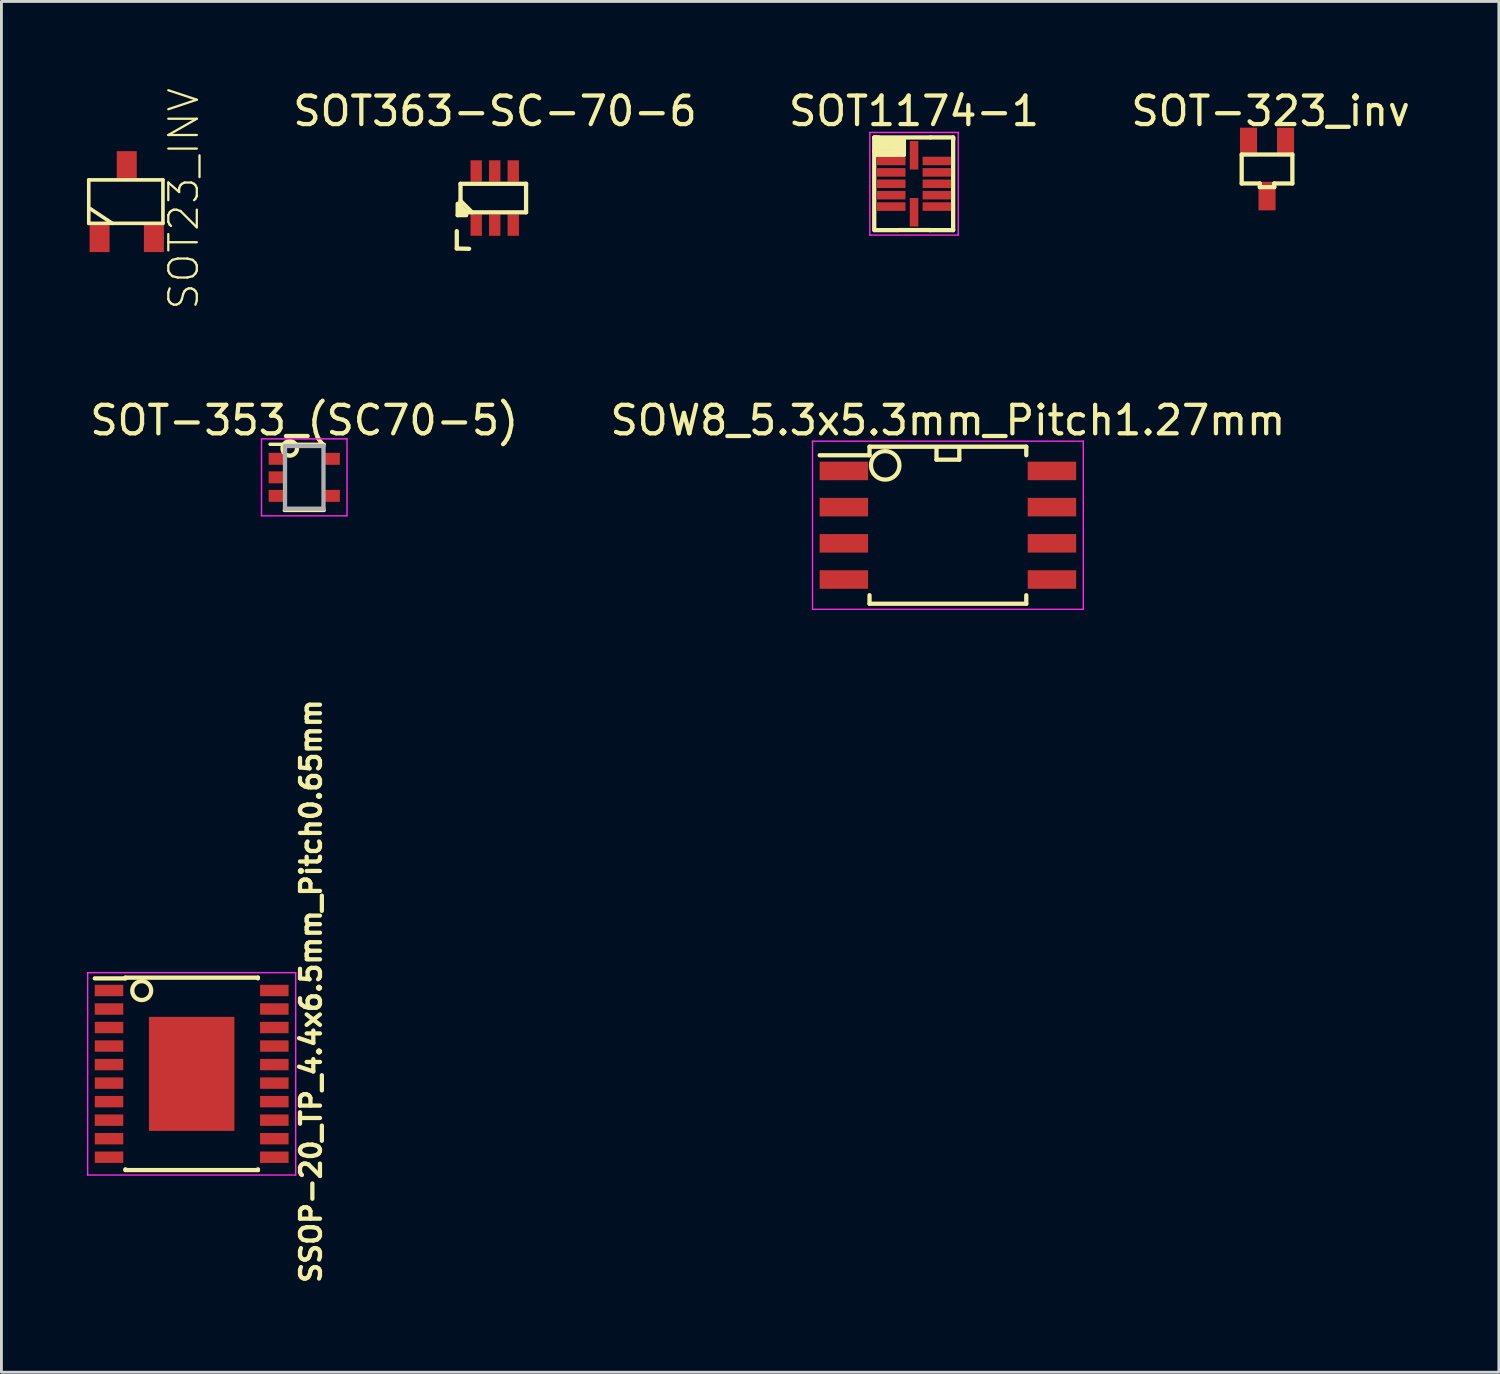
<source format=kicad_pcb>
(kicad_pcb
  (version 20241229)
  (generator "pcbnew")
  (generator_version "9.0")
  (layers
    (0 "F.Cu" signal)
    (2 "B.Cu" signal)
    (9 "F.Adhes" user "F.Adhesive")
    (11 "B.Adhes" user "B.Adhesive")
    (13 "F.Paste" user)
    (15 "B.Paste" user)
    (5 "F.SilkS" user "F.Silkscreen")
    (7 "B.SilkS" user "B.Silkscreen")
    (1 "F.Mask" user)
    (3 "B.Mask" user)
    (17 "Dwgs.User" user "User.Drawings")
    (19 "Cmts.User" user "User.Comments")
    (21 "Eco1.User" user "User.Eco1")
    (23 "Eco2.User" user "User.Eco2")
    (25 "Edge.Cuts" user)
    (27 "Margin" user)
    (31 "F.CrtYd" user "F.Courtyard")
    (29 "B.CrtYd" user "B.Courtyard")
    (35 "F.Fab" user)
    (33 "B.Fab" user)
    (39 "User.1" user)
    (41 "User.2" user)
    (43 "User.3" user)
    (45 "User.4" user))
  (footprint "SOT-353_(SC70-5)"
    (layer "F.Cu")
    (at 7.625 13.698)
    (property "Reference" "SOT-353_(SC70-5)" (at 0 -2 0) (layer "F.SilkS") (effects (font (size 1 1) (thickness 0.15))))
    (attr smd)
    (fp_line (start -0.7 1.16) (end 0.7 1.16) (stroke (width 0.12) (type solid)) (layer "F.SilkS"))
    (fp_line (start 0.7 -1.16) (end -1.2 -1.16) (stroke (width 0.12) (type solid)) (layer "F.SilkS"))
    (fp_circle (center -0.508 -1.016) (end -0.508 -0.762) (stroke (width 0.15) (type solid)) (fill no) (layer "F.SilkS"))
    (fp_line (start -1.5 -1.35) (end -1.5 1.35) (stroke (width 0.05) (type solid)) (layer "F.CrtYd"))
    (fp_line (start -1.5 -1.35) (end 1.5 -1.35) (stroke (width 0.05) (type solid)) (layer "F.CrtYd"))
    (fp_line (start -1.5 1.35) (end 1.5 1.35) (stroke (width 0.05) (type solid)) (layer "F.CrtYd"))
    (fp_line (start 1.5 1.35) (end 1.5 -1.35) (stroke (width 0.05) (type solid)) (layer "F.CrtYd"))
    (fp_line (start -0.675 -1.1) (end -0.675 1.1) (stroke (width 0.15) (type solid)) (layer "F.Fab"))
    (fp_line (start 0.675 -1.1) (end -0.675 -1.1) (stroke (width 0.15) (type solid)) (layer "F.Fab"))
    (fp_line (start 0.675 -1.1) (end 0.675 1.1) (stroke (width 0.15) (type solid)) (layer "F.Fab"))
    (fp_line (start 0.675 1.1) (end -0.675 1.1) (stroke (width 0.15) (type solid)) (layer "F.Fab"))
    (pad "1" smd rect (at -0.95 -0.65) (size 0.6 0.42) (layers "F.Cu" "F.Mask" "F.Paste"))
    (pad "2" smd rect (at -0.95 0) (size 0.6 0.42) (layers "F.Cu" "F.Mask" "F.Paste"))
    (pad "3" smd rect (at -0.95 0.65) (size 0.6 0.42) (layers "F.Cu" "F.Mask" "F.Paste"))
    (pad "4" smd rect (at 0.95 0.65) (size 0.6 0.42) (layers "F.Cu" "F.Mask" "F.Paste"))
    (pad "5" smd rect (at 0.95 -0.65) (size 0.6 0.42) (layers "F.Cu" "F.Mask" "F.Paste")))
  (footprint "SOT23_INV"
    (placed yes)
    (layer "F.Cu")
    (at 1.397 4.024)
    (property "Reference" "SOT23_INV" (at 1.999 -0.099 90) (layer "F.SilkS") (effects (font (size 1 1) (thickness 0.08))))
    (attr smd)
    (fp_line (start -1.333 -0.762) (end 1.27 -0.762) (stroke (width 0.127) (type solid)) (layer "F.SilkS"))
    (fp_line (start -1.333 0.762) (end -1.333 -0.762) (stroke (width 0.127) (type solid)) (layer "F.SilkS"))
    (fp_line (start -0.508 0.762) (end -1.27 0.254) (stroke (width 0.127) (type solid)) (layer "F.SilkS"))
    (fp_line (start 1.27 -0.762) (end 1.27 0.762) (stroke (width 0.127) (type solid)) (layer "F.SilkS"))
    (fp_line (start 1.27 0.762) (end -1.333 0.762) (stroke (width 0.127) (type solid)) (layer "F.SilkS"))
    (pad "1" smd rect (at 0.953 1.27) (size 0.701 1.001) (layers "F.Cu" "F.Mask" "F.Paste"))
    (pad "2" smd rect (at -0.953 1.27) (size 0.701 1.001) (layers "F.Cu" "F.Mask" "F.Paste"))
    (pad "3" smd rect (at 0 -1.27) (size 0.701 1.001) (layers "F.Cu" "F.Mask" "F.Paste")))
  (footprint "SOT363-SC-70-6"
    (layer "F.Cu")
    (at 14.308 3.899)
    (property "Reference" "SOT363-SC-70-6" (at 0.01 -3.051 0) (layer "F.SilkS") (effects (font (size 1 1) (thickness 0.15))))
    (attr smd)
    (fp_line (start -1.331 1.161) (end -1.331 1.77) (stroke (width 0.15) (type solid)) (layer "F.SilkS"))
    (fp_line (start -1.331 1.77) (end -0.899 1.781) (stroke (width 0.15) (type solid)) (layer "F.SilkS"))
    (fp_line (start -1.3 0.2) (end -1.3 0.6) (stroke (width 0.15) (type solid)) (layer "F.SilkS"))
    (fp_line (start -1.3 0.6) (end -1 0.6) (stroke (width 0.15) (type solid)) (layer "F.SilkS"))
    (fp_line (start -1.2 -0.5) (end 1.1 -0.5) (stroke (width 0.15) (type solid)) (layer "F.SilkS"))
    (fp_line (start -1.2 0.1) (end -0.8 0.5) (stroke (width 0.15) (type solid)) (layer "F.SilkS"))
    (fp_line (start -1.2 0.3) (end -1 0.5) (stroke (width 0.15) (type solid)) (layer "F.SilkS"))
    (fp_line (start -1.2 0.5) (end -1.2 -0.5) (stroke (width 0.15) (type solid)) (layer "F.SilkS"))
    (fp_line (start 1.1 -0.5) (end 1.1 0.5) (stroke (width 0.15) (type solid)) (layer "F.SilkS"))
    (fp_line (start 1.1 0.5) (end -1.2 0.5) (stroke (width 0.15) (type solid)) (layer "F.SilkS"))
    (pad "1" smd rect (at -0.65 0.95) (size 0.399 0.749) (layers "F.Cu" "F.Mask" "F.Paste"))
    (pad "2" smd rect (at 0 0.95) (size 0.399 0.749) (layers "F.Cu" "F.Mask" "F.Paste"))
    (pad "3" smd rect (at 0.65 0.95) (size 0.399 0.749) (layers "F.Cu" "F.Mask" "F.Paste"))
    (pad "4" smd rect (at 0.65 -0.95) (size 0.399 0.749) (layers "F.Cu" "F.Mask" "F.Paste"))
    (pad "5" smd rect (at 0 -0.95) (size 0.399 0.749) (layers "F.Cu" "F.Mask" "F.Paste"))
    (pad "6" smd rect (at -0.65 -0.95) (size 0.399 0.749) (layers "F.Cu" "F.Mask" "F.Paste")))
  (footprint "SSOP-20_TP_4.4x6.5mm_Pitch0.65mm"
    (layer "F.Cu")
    (at 3.675 34.627)
    (property "Reference" "SSOP-20_TP_4.4x6.5mm_Pitch0.65mm" (at 4.185 -2.902 90) (layer "F.SilkS") (effects (font (size 0.7 0.7) (thickness 0.15))))
    (attr smd)
    (fp_line (start -2.325 -3.375) (end -2.325 -3.35) (stroke (width 0.15) (type solid)) (layer "F.SilkS"))
    (fp_line (start -2.325 -3.375) (end 2.325 -3.375) (stroke (width 0.15) (type solid)) (layer "F.SilkS"))
    (fp_line (start -2.325 -3.35) (end -3.4 -3.35) (stroke (width 0.15) (type solid)) (layer "F.SilkS"))
    (fp_line (start -2.325 3.375) (end -2.325 3.35) (stroke (width 0.15) (type solid)) (layer "F.SilkS"))
    (fp_line (start -2.325 3.375) (end 2.325 3.375) (stroke (width 0.15) (type solid)) (layer "F.SilkS"))
    (fp_line (start 2.325 -3.375) (end 2.325 -3.35) (stroke (width 0.15) (type solid)) (layer "F.SilkS"))
    (fp_line (start 2.325 3.375) (end 2.325 3.35) (stroke (width 0.15) (type solid)) (layer "F.SilkS"))
    (fp_circle (center -1.753 -2.921) (end -1.473 -2.743) (stroke (width 0.15) (type solid)) (fill no) (layer "F.SilkS"))
    (fp_line (start -3.65 -3.55) (end -3.65 3.55) (stroke (width 0.05) (type solid)) (layer "F.CrtYd"))
    (fp_line (start -3.65 -3.55) (end 3.65 -3.55) (stroke (width 0.05) (type solid)) (layer "F.CrtYd"))
    (fp_line (start -3.65 3.55) (end 3.65 3.55) (stroke (width 0.05) (type solid)) (layer "F.CrtYd"))
    (fp_line (start 3.65 -3.55) (end 3.65 3.55) (stroke (width 0.05) (type solid)) (layer "F.CrtYd"))
    (pad "1" smd rect (at -2.9 -2.925) (size 1 0.4) (layers "F.Cu" "F.Mask" "F.Paste"))
    (pad "2" smd rect (at -2.9 -2.275) (size 1 0.4) (layers "F.Cu" "F.Mask" "F.Paste"))
    (pad "3" smd rect (at -2.9 -1.625) (size 1 0.4) (layers "F.Cu" "F.Mask" "F.Paste"))
    (pad "4" smd rect (at -2.9 -0.975) (size 1 0.4) (layers "F.Cu" "F.Mask" "F.Paste"))
    (pad "5" smd rect (at -2.9 -0.325) (size 1 0.4) (layers "F.Cu" "F.Mask" "F.Paste"))
    (pad "6" smd rect (at -2.9 0.325) (size 1 0.4) (layers "F.Cu" "F.Mask" "F.Paste"))
    (pad "7" smd rect (at -2.9 0.975) (size 1 0.4) (layers "F.Cu" "F.Mask" "F.Paste"))
    (pad "8" smd rect (at -2.9 1.625) (size 1 0.4) (layers "F.Cu" "F.Mask" "F.Paste"))
    (pad "9" smd rect (at -2.9 2.275) (size 1 0.4) (layers "F.Cu" "F.Mask" "F.Paste"))
    (pad "10" smd rect (at -2.9 2.925) (size 1 0.4) (layers "F.Cu" "F.Mask" "F.Paste"))
    (pad "11" smd rect (at 2.9 2.925) (size 1 0.4) (layers "F.Cu" "F.Mask" "F.Paste"))
    (pad "12" smd rect (at 2.9 2.275) (size 1 0.4) (layers "F.Cu" "F.Mask" "F.Paste"))
    (pad "13" smd rect (at 2.9 1.625) (size 1 0.4) (layers "F.Cu" "F.Mask" "F.Paste"))
    (pad "14" smd rect (at 2.9 0.975) (size 1 0.4) (layers "F.Cu" "F.Mask" "F.Paste"))
    (pad "15" smd rect (at 2.9 0.325) (size 1 0.4) (layers "F.Cu" "F.Mask" "F.Paste"))
    (pad "16" smd rect (at 2.9 -0.325) (size 1 0.4) (layers "F.Cu" "F.Mask" "F.Paste"))
    (pad "17" smd rect (at 2.9 -0.975) (size 1 0.4) (layers "F.Cu" "F.Mask" "F.Paste"))
    (pad "18" smd rect (at 2.9 -1.625) (size 1 0.4) (layers "F.Cu" "F.Mask" "F.Paste"))
    (pad "19" smd rect (at 2.9 -2.275) (size 1 0.4) (layers "F.Cu" "F.Mask" "F.Paste"))
    (pad "20" smd rect (at 2.9 -2.925) (size 1 0.4) (layers "F.Cu" "F.Mask" "F.Paste"))
    (pad "21" smd rect (at 0 0) (size 3 4) (layers "F.Cu" "F.Mask" "F.Paste")))
  (footprint "SOT-323_inv"
    (layer "F.Cu")
    (at 41.405 2.88)
    (property "Reference" "SOT-323_inv" (at 0.127 -2.032 0) (layer "F.SilkS") (effects (font (size 1 1) (thickness 0.15))))
    (attr smd)
    (fp_line (start -0.889 -0.508) (end -0.889 0.508) (stroke (width 0.15) (type solid)) (layer "F.SilkS"))
    (fp_line (start -0.889 0.508) (end -0.254 0.508) (stroke (width 0.15) (type solid)) (layer "F.SilkS"))
    (fp_line (start -0.254 0.508) (end -0.254 0.635) (stroke (width 0.15) (type solid)) (layer "F.SilkS"))
    (fp_line (start -0.254 0.635) (end 0.254 0.635) (stroke (width 0.15) (type solid)) (layer "F.SilkS"))
    (fp_line (start 0.254 0.508) (end 0.889 0.508) (stroke (width 0.15) (type solid)) (layer "F.SilkS"))
    (fp_line (start 0.254 0.635) (end 0.254 0.508) (stroke (width 0.15) (type solid)) (layer "F.SilkS"))
    (fp_line (start 0.889 -0.508) (end -0.889 -0.508) (stroke (width 0.15) (type solid)) (layer "F.SilkS"))
    (fp_line (start 0.889 0.508) (end 0.889 -0.508) (stroke (width 0.15) (type solid)) (layer "F.SilkS"))
    (pad "1" smd rect (at -0.65 -0.95) (size 0.599 1.001) (layers "F.Cu" "F.Mask" "F.Paste"))
    (pad "2" smd rect (at 0.65 -0.95) (size 0.599 1.001) (layers "F.Cu" "F.Mask" "F.Paste"))
    (pad "3" smd rect (at 0 0.95) (size 0.599 1.001) (layers "F.Cu" "F.Mask" "F.Paste")))
  (footprint "SOW8_5.3x5.3mm_Pitch1.27mm"
    (layer "F.Cu")
    (at 30.208 15.378)
    (property "Reference" "SOW8_5.3x5.3mm_Pitch1.27mm" (at 0 -3.68 0) (layer "F.SilkS") (effects (font (size 1 1) (thickness 0.15))))
    (attr smd)
    (fp_line (start -2.75 -2.755) (end -2.75 -2.455) (stroke (width 0.15) (type solid)) (layer "F.SilkS"))
    (fp_line (start -2.75 -2.755) (end 2.75 -2.755) (stroke (width 0.15) (type solid)) (layer "F.SilkS"))
    (fp_line (start -2.75 -2.455) (end -4.5 -2.455) (stroke (width 0.15) (type solid)) (layer "F.SilkS"))
    (fp_line (start -2.75 2.755) (end -2.75 2.455) (stroke (width 0.15) (type solid)) (layer "F.SilkS"))
    (fp_line (start -2.75 2.755) (end 2.75 2.755) (stroke (width 0.15) (type solid)) (layer "F.SilkS"))
    (fp_line (start -0.4 -2.7) (end -0.4 -2.3) (stroke (width 0.15) (type solid)) (layer "F.SilkS"))
    (fp_line (start -0.4 -2.3) (end 0.4 -2.3) (stroke (width 0.15) (type solid)) (layer "F.SilkS"))
    (fp_line (start 0.4 -2.3) (end 0.4 -2.7) (stroke (width 0.15) (type solid)) (layer "F.SilkS"))
    (fp_line (start 2.75 -2.755) (end 2.75 -2.455) (stroke (width 0.15) (type solid)) (layer "F.SilkS"))
    (fp_line (start 2.75 2.755) (end 2.75 2.455) (stroke (width 0.15) (type solid)) (layer "F.SilkS"))
    (fp_circle (center -2.2 -2.1) (end -1.8 -1.8) (stroke (width 0.15) (type solid)) (fill no) (layer "F.SilkS"))
    (fp_line (start -4.75 -2.95) (end -4.75 2.95) (stroke (width 0.05) (type solid)) (layer "F.CrtYd"))
    (fp_line (start -4.75 -2.95) (end 4.75 -2.95) (stroke (width 0.05) (type solid)) (layer "F.CrtYd"))
    (fp_line (start -4.75 2.95) (end 4.75 2.95) (stroke (width 0.05) (type solid)) (layer "F.CrtYd"))
    (fp_line (start 4.75 -2.95) (end 4.75 2.95) (stroke (width 0.05) (type solid)) (layer "F.CrtYd"))
    (pad "1" smd rect (at -3.65 -1.905) (size 1.7 0.65) (layers "F.Cu" "F.Mask" "F.Paste"))
    (pad "2" smd rect (at -3.65 -0.635) (size 1.7 0.65) (layers "F.Cu" "F.Mask" "F.Paste"))
    (pad "3" smd rect (at -3.65 0.635) (size 1.7 0.65) (layers "F.Cu" "F.Mask" "F.Paste"))
    (pad "4" smd rect (at -3.65 1.905) (size 1.7 0.65) (layers "F.Cu" "F.Mask" "F.Paste"))
    (pad "5" smd rect (at 3.65 1.905) (size 1.7 0.65) (layers "F.Cu" "F.Mask" "F.Paste"))
    (pad "6" smd rect (at 3.65 0.635) (size 1.7 0.65) (layers "F.Cu" "F.Mask" "F.Paste"))
    (pad "7" smd rect (at 3.65 -0.635) (size 1.7 0.65) (layers "F.Cu" "F.Mask" "F.Paste"))
    (pad "8" smd rect (at 3.65 -1.905) (size 1.7 0.65) (layers "F.Cu" "F.Mask" "F.Paste")))
  (footprint "SOT1174-1"
    (layer "F.Cu")
    (at 29.02 3.398)
    (property "Reference" "SOT1174-1" (at 0 -2.55 0) (layer "F.SilkS") (effects (font (size 1 1) (thickness 0.15))))
    (attr smd)
    (fp_line (start -1.397 -1.626) (end -1.397 1.626) (stroke (width 0.15) (type solid)) (layer "F.SilkS"))
    (fp_line (start -1.397 -1.143) (end -0.686 -1.143) (stroke (width 0.15) (type solid)) (layer "F.SilkS"))
    (fp_line (start -1.372 -1.016) (end -0.356 -1.016) (stroke (width 0.15) (type solid)) (layer "F.SilkS"))
    (fp_line (start -1.35 -1.625) (end 0.575 -1.625) (stroke (width 0.15) (type solid)) (layer "F.SilkS"))
    (fp_line (start -1.346 -1.397) (end -0.711 -1.397) (stroke (width 0.15) (type solid)) (layer "F.SilkS"))
    (fp_line (start -1.346 -1.27) (end -0.635 -1.27) (stroke (width 0.15) (type solid)) (layer "F.SilkS"))
    (fp_line (start -1.245 -1.626) (end -1.397 -1.626) (stroke (width 0.15) (type solid)) (layer "F.SilkS"))
    (fp_line (start -0.711 -1.499) (end -1.321 -1.499) (stroke (width 0.15) (type solid)) (layer "F.SilkS"))
    (fp_line (start -0.66 -1.092) (end -0.66 -1.549) (stroke (width 0.15) (type solid)) (layer "F.SilkS"))
    (fp_line (start -0.584 1.626) (end -1.372 1.626) (stroke (width 0.15) (type solid)) (layer "F.SilkS"))
    (fp_line (start -0.575 1.625) (end 0.575 1.625) (stroke (width 0.15) (type solid)) (layer "F.SilkS"))
    (fp_line (start -0.559 -1.092) (end -0.559 -1.524) (stroke (width 0.15) (type solid)) (layer "F.SilkS"))
    (fp_line (start -0.457 -1.092) (end -0.457 -1.549) (stroke (width 0.15) (type solid)) (layer "F.SilkS"))
    (fp_line (start -0.356 -1.016) (end -0.356 -1.6) (stroke (width 0.15) (type solid)) (layer "F.SilkS"))
    (fp_line (start 0.559 1.626) (end 1.372 1.626) (stroke (width 0.15) (type solid)) (layer "F.SilkS"))
    (fp_line (start 0.584 -1.626) (end 1.372 -1.626) (stroke (width 0.15) (type solid)) (layer "F.SilkS"))
    (fp_line (start 1.372 -1.626) (end 1.372 -1.549) (stroke (width 0.15) (type solid)) (layer "F.SilkS"))
    (fp_line (start 1.372 1.626) (end 1.372 -1.6) (stroke (width 0.15) (type solid)) (layer "F.SilkS"))
    (fp_line (start -1.55 -1.8) (end -1.55 1.8) (stroke (width 0.05) (type solid)) (layer "F.CrtYd"))
    (fp_line (start -1.55 -1.8) (end 1.55 -1.8) (stroke (width 0.05) (type solid)) (layer "F.CrtYd"))
    (fp_line (start -1.55 1.8) (end 1.55 1.8) (stroke (width 0.05) (type solid)) (layer "F.CrtYd"))
    (fp_line (start 1.55 -1.8) (end 1.55 1.8) (stroke (width 0.05) (type solid)) (layer "F.CrtYd"))
    (pad "1" smd rect (at -0.8 -0.8) (size 1 0.3) (layers "F.Cu" "F.Mask" "F.Paste"))
    (pad "2" smd rect (at -0.8 -0.4) (size 1 0.3) (layers "F.Cu" "F.Mask" "F.Paste"))
    (pad "3" smd rect (at -0.8 0) (size 1 0.3) (layers "F.Cu" "F.Mask" "F.Paste"))
    (pad "4" smd rect (at -0.8 0.4) (size 1 0.3) (layers "F.Cu" "F.Mask" "F.Paste"))
    (pad "5" smd rect (at -0.8 0.8) (size 1 0.3) (layers "F.Cu" "F.Mask" "F.Paste"))
    (pad "6" smd rect (at 0 1) (size 0.3 1) (layers "F.Cu" "F.Mask" "F.Paste"))
    (pad "7" smd rect (at 0.8 0.8) (size 1 0.3) (layers "F.Cu" "F.Mask" "F.Paste"))
    (pad "8" smd rect (at 0.8 0.4) (size 1 0.3) (layers "F.Cu" "F.Mask" "F.Paste"))
    (pad "9" smd rect (at 0.8 0) (size 1 0.3) (layers "F.Cu" "F.Mask" "F.Paste"))
    (pad "10" smd rect (at 0.8 -0.4) (size 1 0.3) (layers "F.Cu" "F.Mask" "F.Paste"))
    (pad "11" smd rect (at 0.8 -0.8) (size 1 0.3) (layers "F.Cu" "F.Mask" "F.Paste"))
    (pad "12" smd rect (at 0 -1) (size 0.3 1) (layers "F.Cu" "F.Mask" "F.Paste")))
  (gr_rect
    (start -3 -3)
    (end 49.538 45.096)
    (stroke (width 0.1) (type default))
    (fill no)
    (layer "Edge.Cuts")))
</source>
